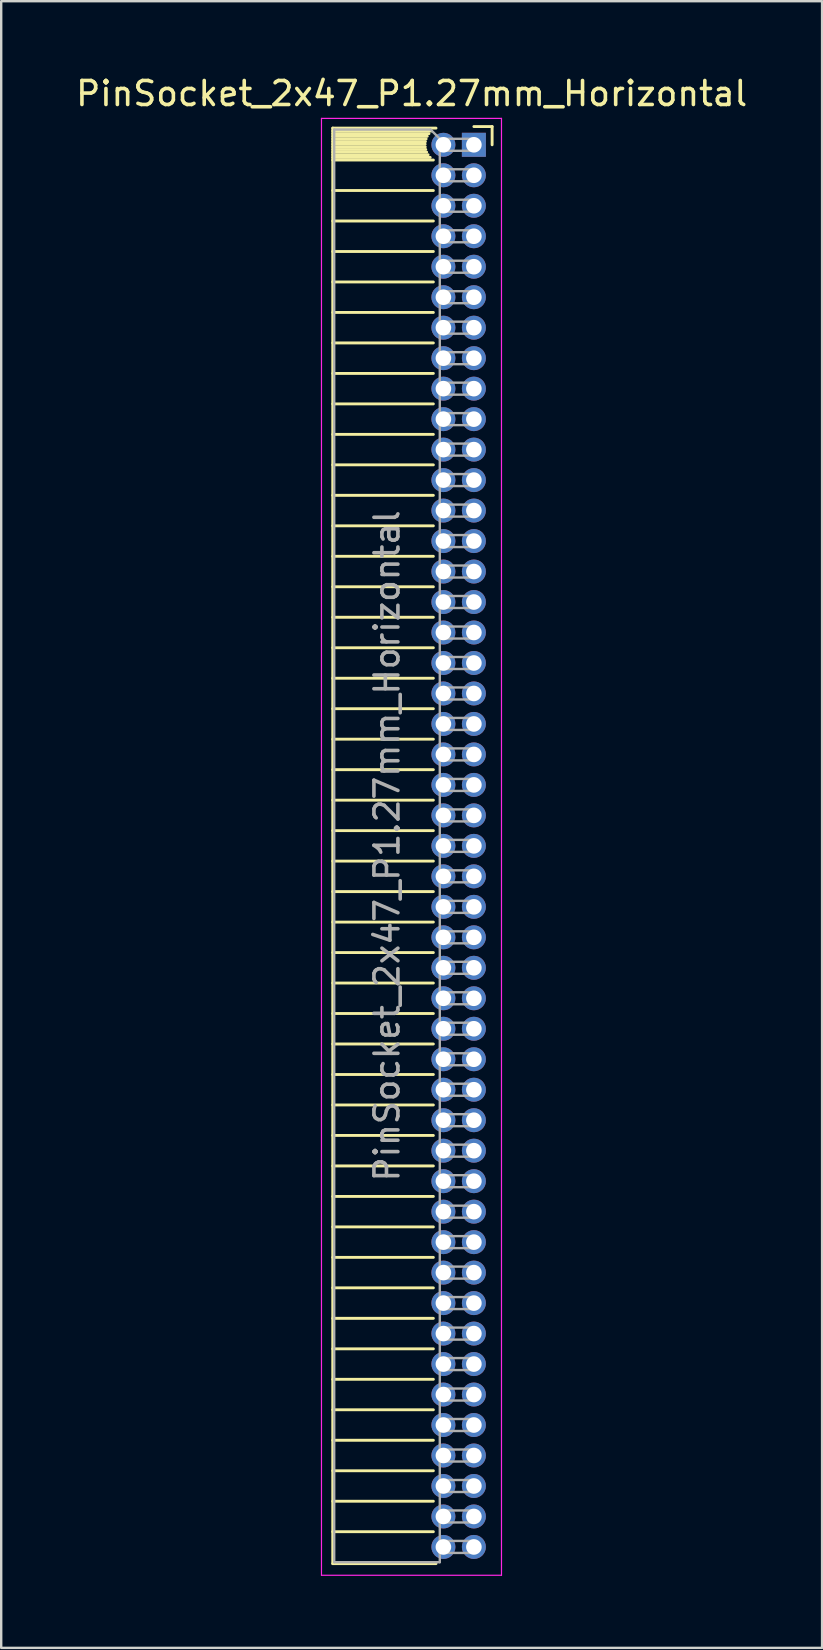
<source format=kicad_pcb>
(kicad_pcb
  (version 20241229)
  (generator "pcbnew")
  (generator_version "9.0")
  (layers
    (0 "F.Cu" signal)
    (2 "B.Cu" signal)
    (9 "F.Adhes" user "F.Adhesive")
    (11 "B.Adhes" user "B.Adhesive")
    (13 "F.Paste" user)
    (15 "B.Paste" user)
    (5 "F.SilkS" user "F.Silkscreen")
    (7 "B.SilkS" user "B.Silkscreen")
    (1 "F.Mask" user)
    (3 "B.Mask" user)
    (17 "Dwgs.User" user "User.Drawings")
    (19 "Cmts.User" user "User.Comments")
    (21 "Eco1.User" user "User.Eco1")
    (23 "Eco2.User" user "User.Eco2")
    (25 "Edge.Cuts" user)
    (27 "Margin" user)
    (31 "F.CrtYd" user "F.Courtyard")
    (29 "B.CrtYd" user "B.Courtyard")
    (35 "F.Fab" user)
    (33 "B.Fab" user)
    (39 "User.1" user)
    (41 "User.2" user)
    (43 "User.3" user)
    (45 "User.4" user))
  (footprint "PinSocket_2x47_P1.27mm_Horizontal"
    (layer "F.Cu")
    (at 16.694 2.983)
    (property "Reference" "PinSocket_2x47_P1.27mm_Horizontal" (at -2.592 -2.135 0) (layer "F.SilkS") (effects (font (size 1 1) (thickness 0.15))))
    (attr through_hole)
    (fp_line (start -5.88 -0.695) (end -5.88 59.115) (stroke (width 0.12) (type solid)) (layer "F.SilkS"))
    (fp_line (start -5.88 -0.695) (end -1.578 -0.695) (stroke (width 0.12) (type solid)) (layer "F.SilkS"))
    (fp_line (start -5.88 -0.575) (end -1.767 -0.575) (stroke (width 0.12) (type solid)) (layer "F.SilkS"))
    (fp_line (start -5.88 -0.465) (end -1.871 -0.465) (stroke (width 0.12) (type solid)) (layer "F.SilkS"))
    (fp_line (start -5.88 -0.355) (end -1.942 -0.355) (stroke (width 0.12) (type solid)) (layer "F.SilkS"))
    (fp_line (start -5.88 -0.245) (end -1.989 -0.245) (stroke (width 0.12) (type solid)) (layer "F.SilkS"))
    (fp_line (start -5.88 -0.135) (end -2.018 -0.135) (stroke (width 0.12) (type solid)) (layer "F.SilkS"))
    (fp_line (start -5.88 -0.025) (end -2.03 -0.025) (stroke (width 0.12) (type solid)) (layer "F.SilkS"))
    (fp_line (start -5.88 0.085) (end -2.025 0.085) (stroke (width 0.12) (type solid)) (layer "F.SilkS"))
    (fp_line (start -5.88 0.195) (end -2.005 0.195) (stroke (width 0.12) (type solid)) (layer "F.SilkS"))
    (fp_line (start -5.88 0.305) (end -1.966 0.305) (stroke (width 0.12) (type solid)) (layer "F.SilkS"))
    (fp_line (start -5.88 0.415) (end -1.907 0.415) (stroke (width 0.12) (type solid)) (layer "F.SilkS"))
    (fp_line (start -5.88 0.525) (end -1.82 0.525) (stroke (width 0.12) (type solid)) (layer "F.SilkS"))
    (fp_line (start -5.88 0.635) (end -1.688 0.635) (stroke (width 0.12) (type solid)) (layer "F.SilkS"))
    (fp_line (start -5.88 1.905) (end -1.688 1.905) (stroke (width 0.12) (type solid)) (layer "F.SilkS"))
    (fp_line (start -5.88 3.175) (end -1.688 3.175) (stroke (width 0.12) (type solid)) (layer "F.SilkS"))
    (fp_line (start -5.88 4.445) (end -1.688 4.445) (stroke (width 0.12) (type solid)) (layer "F.SilkS"))
    (fp_line (start -5.88 5.715) (end -1.688 5.715) (stroke (width 0.12) (type solid)) (layer "F.SilkS"))
    (fp_line (start -5.88 6.985) (end -1.688 6.985) (stroke (width 0.12) (type solid)) (layer "F.SilkS"))
    (fp_line (start -5.88 8.255) (end -1.688 8.255) (stroke (width 0.12) (type solid)) (layer "F.SilkS"))
    (fp_line (start -5.88 9.525) (end -1.688 9.525) (stroke (width 0.12) (type solid)) (layer "F.SilkS"))
    (fp_line (start -5.88 10.795) (end -1.688 10.795) (stroke (width 0.12) (type solid)) (layer "F.SilkS"))
    (fp_line (start -5.88 12.065) (end -1.688 12.065) (stroke (width 0.12) (type solid)) (layer "F.SilkS"))
    (fp_line (start -5.88 13.335) (end -1.688 13.335) (stroke (width 0.12) (type solid)) (layer "F.SilkS"))
    (fp_line (start -5.88 14.605) (end -1.688 14.605) (stroke (width 0.12) (type solid)) (layer "F.SilkS"))
    (fp_line (start -5.88 15.875) (end -1.688 15.875) (stroke (width 0.12) (type solid)) (layer "F.SilkS"))
    (fp_line (start -5.88 17.145) (end -1.688 17.145) (stroke (width 0.12) (type solid)) (layer "F.SilkS"))
    (fp_line (start -5.88 18.415) (end -1.688 18.415) (stroke (width 0.12) (type solid)) (layer "F.SilkS"))
    (fp_line (start -5.88 19.685) (end -1.688 19.685) (stroke (width 0.12) (type solid)) (layer "F.SilkS"))
    (fp_line (start -5.88 20.955) (end -1.688 20.955) (stroke (width 0.12) (type solid)) (layer "F.SilkS"))
    (fp_line (start -5.88 22.225) (end -1.688 22.225) (stroke (width 0.12) (type solid)) (layer "F.SilkS"))
    (fp_line (start -5.88 23.495) (end -1.688 23.495) (stroke (width 0.12) (type solid)) (layer "F.SilkS"))
    (fp_line (start -5.88 24.765) (end -1.688 24.765) (stroke (width 0.12) (type solid)) (layer "F.SilkS"))
    (fp_line (start -5.88 26.035) (end -1.688 26.035) (stroke (width 0.12) (type solid)) (layer "F.SilkS"))
    (fp_line (start -5.88 27.305) (end -1.688 27.305) (stroke (width 0.12) (type solid)) (layer "F.SilkS"))
    (fp_line (start -5.88 28.575) (end -1.688 28.575) (stroke (width 0.12) (type solid)) (layer "F.SilkS"))
    (fp_line (start -5.88 29.845) (end -1.688 29.845) (stroke (width 0.12) (type solid)) (layer "F.SilkS"))
    (fp_line (start -5.88 31.115) (end -1.688 31.115) (stroke (width 0.12) (type solid)) (layer "F.SilkS"))
    (fp_line (start -5.88 32.385) (end -1.688 32.385) (stroke (width 0.12) (type solid)) (layer "F.SilkS"))
    (fp_line (start -5.88 33.655) (end -1.688 33.655) (stroke (width 0.12) (type solid)) (layer "F.SilkS"))
    (fp_line (start -5.88 34.925) (end -1.688 34.925) (stroke (width 0.12) (type solid)) (layer "F.SilkS"))
    (fp_line (start -5.88 36.195) (end -1.688 36.195) (stroke (width 0.12) (type solid)) (layer "F.SilkS"))
    (fp_line (start -5.88 37.465) (end -1.688 37.465) (stroke (width 0.12) (type solid)) (layer "F.SilkS"))
    (fp_line (start -5.88 38.735) (end -1.688 38.735) (stroke (width 0.12) (type solid)) (layer "F.SilkS"))
    (fp_line (start -5.88 40.005) (end -1.688 40.005) (stroke (width 0.12) (type solid)) (layer "F.SilkS"))
    (fp_line (start -5.88 41.275) (end -1.688 41.275) (stroke (width 0.12) (type solid)) (layer "F.SilkS"))
    (fp_line (start -5.88 42.545) (end -1.688 42.545) (stroke (width 0.12) (type solid)) (layer "F.SilkS"))
    (fp_line (start -5.88 43.815) (end -1.688 43.815) (stroke (width 0.12) (type solid)) (layer "F.SilkS"))
    (fp_line (start -5.88 45.085) (end -1.688 45.085) (stroke (width 0.12) (type solid)) (layer "F.SilkS"))
    (fp_line (start -5.88 46.355) (end -1.688 46.355) (stroke (width 0.12) (type solid)) (layer "F.SilkS"))
    (fp_line (start -5.88 47.625) (end -1.688 47.625) (stroke (width 0.12) (type solid)) (layer "F.SilkS"))
    (fp_line (start -5.88 48.895) (end -1.688 48.895) (stroke (width 0.12) (type solid)) (layer "F.SilkS"))
    (fp_line (start -5.88 50.165) (end -1.688 50.165) (stroke (width 0.12) (type solid)) (layer "F.SilkS"))
    (fp_line (start -5.88 51.435) (end -1.688 51.435) (stroke (width 0.12) (type solid)) (layer "F.SilkS"))
    (fp_line (start -5.88 52.705) (end -1.688 52.705) (stroke (width 0.12) (type solid)) (layer "F.SilkS"))
    (fp_line (start -5.88 53.975) (end -1.688 53.975) (stroke (width 0.12) (type solid)) (layer "F.SilkS"))
    (fp_line (start -5.88 55.245) (end -1.688 55.245) (stroke (width 0.12) (type solid)) (layer "F.SilkS"))
    (fp_line (start -5.88 56.515) (end -1.688 56.515) (stroke (width 0.12) (type solid)) (layer "F.SilkS"))
    (fp_line (start -5.88 57.785) (end -1.688 57.785) (stroke (width 0.12) (type solid)) (layer "F.SilkS"))
    (fp_line (start -5.88 59.115) (end -1.578 59.115) (stroke (width 0.12) (type solid)) (layer "F.SilkS"))
    (fp_line (start 0 -0.76) (end 0.76 -0.76) (stroke (width 0.12) (type solid)) (layer "F.SilkS"))
    (fp_line (start 0.76 -0.76) (end 0.76 0) (stroke (width 0.12) (type solid)) (layer "F.SilkS"))
    (fp_line (start -6.35 -1.1) (end -6.35 59.6) (stroke (width 0.05) (type solid)) (layer "F.CrtYd"))
    (fp_line (start -6.35 59.6) (end 1.15 59.6) (stroke (width 0.05) (type solid)) (layer "F.CrtYd"))
    (fp_line (start 1.15 -1.1) (end -6.35 -1.1) (stroke (width 0.05) (type solid)) (layer "F.CrtYd"))
    (fp_line (start 1.15 59.6) (end 1.15 -1.1) (stroke (width 0.05) (type solid)) (layer "F.CrtYd"))
    (fp_line (start -5.82 -0.635) (end -1.805 -0.635) (stroke (width 0.1) (type solid)) (layer "F.Fab"))
    (fp_line (start -5.82 59.055) (end -5.82 -0.635) (stroke (width 0.1) (type solid)) (layer "F.Fab"))
    (fp_line (start -1.805 -0.635) (end -1.42 -0.25) (stroke (width 0.1) (type solid)) (layer "F.Fab"))
    (fp_line (start -1.42 -0.25) (end -1.42 59.055) (stroke (width 0.1) (type solid)) (layer "F.Fab"))
    (fp_line (start -1.42 0.25) (end 0 0.25) (stroke (width 0.1) (type solid)) (layer "F.Fab"))
    (fp_line (start -1.42 1.52) (end 0 1.52) (stroke (width 0.1) (type solid)) (layer "F.Fab"))
    (fp_line (start -1.42 2.79) (end 0 2.79) (stroke (width 0.1) (type solid)) (layer "F.Fab"))
    (fp_line (start -1.42 4.06) (end 0 4.06) (stroke (width 0.1) (type solid)) (layer "F.Fab"))
    (fp_line (start -1.42 5.33) (end 0 5.33) (stroke (width 0.1) (type solid)) (layer "F.Fab"))
    (fp_line (start -1.42 6.6) (end 0 6.6) (stroke (width 0.1) (type solid)) (layer "F.Fab"))
    (fp_line (start -1.42 7.87) (end 0 7.87) (stroke (width 0.1) (type solid)) (layer "F.Fab"))
    (fp_line (start -1.42 9.14) (end 0 9.14) (stroke (width 0.1) (type solid)) (layer "F.Fab"))
    (fp_line (start -1.42 10.41) (end 0 10.41) (stroke (width 0.1) (type solid)) (layer "F.Fab"))
    (fp_line (start -1.42 11.68) (end 0 11.68) (stroke (width 0.1) (type solid)) (layer "F.Fab"))
    (fp_line (start -1.42 12.95) (end 0 12.95) (stroke (width 0.1) (type solid)) (layer "F.Fab"))
    (fp_line (start -1.42 14.22) (end 0 14.22) (stroke (width 0.1) (type solid)) (layer "F.Fab"))
    (fp_line (start -1.42 15.49) (end 0 15.49) (stroke (width 0.1) (type solid)) (layer "F.Fab"))
    (fp_line (start -1.42 16.76) (end 0 16.76) (stroke (width 0.1) (type solid)) (layer "F.Fab"))
    (fp_line (start -1.42 18.03) (end 0 18.03) (stroke (width 0.1) (type solid)) (layer "F.Fab"))
    (fp_line (start -1.42 19.3) (end 0 19.3) (stroke (width 0.1) (type solid)) (layer "F.Fab"))
    (fp_line (start -1.42 20.57) (end 0 20.57) (stroke (width 0.1) (type solid)) (layer "F.Fab"))
    (fp_line (start -1.42 21.84) (end 0 21.84) (stroke (width 0.1) (type solid)) (layer "F.Fab"))
    (fp_line (start -1.42 23.11) (end 0 23.11) (stroke (width 0.1) (type solid)) (layer "F.Fab"))
    (fp_line (start -1.42 24.38) (end 0 24.38) (stroke (width 0.1) (type solid)) (layer "F.Fab"))
    (fp_line (start -1.42 25.65) (end 0 25.65) (stroke (width 0.1) (type solid)) (layer "F.Fab"))
    (fp_line (start -1.42 26.92) (end 0 26.92) (stroke (width 0.1) (type solid)) (layer "F.Fab"))
    (fp_line (start -1.42 28.19) (end 0 28.19) (stroke (width 0.1) (type solid)) (layer "F.Fab"))
    (fp_line (start -1.42 29.46) (end 0 29.46) (stroke (width 0.1) (type solid)) (layer "F.Fab"))
    (fp_line (start -1.42 30.73) (end 0 30.73) (stroke (width 0.1) (type solid)) (layer "F.Fab"))
    (fp_line (start -1.42 32) (end 0 32) (stroke (width 0.1) (type solid)) (layer "F.Fab"))
    (fp_line (start -1.42 33.27) (end 0 33.27) (stroke (width 0.1) (type solid)) (layer "F.Fab"))
    (fp_line (start -1.42 34.54) (end 0 34.54) (stroke (width 0.1) (type solid)) (layer "F.Fab"))
    (fp_line (start -1.42 35.81) (end 0 35.81) (stroke (width 0.1) (type solid)) (layer "F.Fab"))
    (fp_line (start -1.42 37.08) (end 0 37.08) (stroke (width 0.1) (type solid)) (layer "F.Fab"))
    (fp_line (start -1.42 38.35) (end 0 38.35) (stroke (width 0.1) (type solid)) (layer "F.Fab"))
    (fp_line (start -1.42 39.62) (end 0 39.62) (stroke (width 0.1) (type solid)) (layer "F.Fab"))
    (fp_line (start -1.42 40.89) (end 0 40.89) (stroke (width 0.1) (type solid)) (layer "F.Fab"))
    (fp_line (start -1.42 42.16) (end 0 42.16) (stroke (width 0.1) (type solid)) (layer "F.Fab"))
    (fp_line (start -1.42 43.43) (end 0 43.43) (stroke (width 0.1) (type solid)) (layer "F.Fab"))
    (fp_line (start -1.42 44.7) (end 0 44.7) (stroke (width 0.1) (type solid)) (layer "F.Fab"))
    (fp_line (start -1.42 45.97) (end 0 45.97) (stroke (width 0.1) (type solid)) (layer "F.Fab"))
    (fp_line (start -1.42 47.24) (end 0 47.24) (stroke (width 0.1) (type solid)) (layer "F.Fab"))
    (fp_line (start -1.42 48.51) (end 0 48.51) (stroke (width 0.1) (type solid)) (layer "F.Fab"))
    (fp_line (start -1.42 49.78) (end 0 49.78) (stroke (width 0.1) (type solid)) (layer "F.Fab"))
    (fp_line (start -1.42 51.05) (end 0 51.05) (stroke (width 0.1) (type solid)) (layer "F.Fab"))
    (fp_line (start -1.42 52.32) (end 0 52.32) (stroke (width 0.1) (type solid)) (layer "F.Fab"))
    (fp_line (start -1.42 53.59) (end 0 53.59) (stroke (width 0.1) (type solid)) (layer "F.Fab"))
    (fp_line (start -1.42 54.86) (end 0 54.86) (stroke (width 0.1) (type solid)) (layer "F.Fab"))
    (fp_line (start -1.42 56.13) (end 0 56.13) (stroke (width 0.1) (type solid)) (layer "F.Fab"))
    (fp_line (start -1.42 57.4) (end 0 57.4) (stroke (width 0.1) (type solid)) (layer "F.Fab"))
    (fp_line (start -1.42 58.67) (end 0 58.67) (stroke (width 0.1) (type solid)) (layer "F.Fab"))
    (fp_line (start -1.42 59.055) (end -5.82 59.055) (stroke (width 0.1) (type solid)) (layer "F.Fab"))
    (fp_line (start 0 -0.25) (end -1.42 -0.25) (stroke (width 0.1) (type solid)) (layer "F.Fab"))
    (fp_line (start 0 0.25) (end 0 -0.25) (stroke (width 0.1) (type solid)) (layer "F.Fab"))
    (fp_line (start 0 1.02) (end -1.42 1.02) (stroke (width 0.1) (type solid)) (layer "F.Fab"))
    (fp_line (start 0 1.52) (end 0 1.02) (stroke (width 0.1) (type solid)) (layer "F.Fab"))
    (fp_line (start 0 2.29) (end -1.42 2.29) (stroke (width 0.1) (type solid)) (layer "F.Fab"))
    (fp_line (start 0 2.79) (end 0 2.29) (stroke (width 0.1) (type solid)) (layer "F.Fab"))
    (fp_line (start 0 3.56) (end -1.42 3.56) (stroke (width 0.1) (type solid)) (layer "F.Fab"))
    (fp_line (start 0 4.06) (end 0 3.56) (stroke (width 0.1) (type solid)) (layer "F.Fab"))
    (fp_line (start 0 4.83) (end -1.42 4.83) (stroke (width 0.1) (type solid)) (layer "F.Fab"))
    (fp_line (start 0 5.33) (end 0 4.83) (stroke (width 0.1) (type solid)) (layer "F.Fab"))
    (fp_line (start 0 6.1) (end -1.42 6.1) (stroke (width 0.1) (type solid)) (layer "F.Fab"))
    (fp_line (start 0 6.6) (end 0 6.1) (stroke (width 0.1) (type solid)) (layer "F.Fab"))
    (fp_line (start 0 7.37) (end -1.42 7.37) (stroke (width 0.1) (type solid)) (layer "F.Fab"))
    (fp_line (start 0 7.87) (end 0 7.37) (stroke (width 0.1) (type solid)) (layer "F.Fab"))
    (fp_line (start 0 8.64) (end -1.42 8.64) (stroke (width 0.1) (type solid)) (layer "F.Fab"))
    (fp_line (start 0 9.14) (end 0 8.64) (stroke (width 0.1) (type solid)) (layer "F.Fab"))
    (fp_line (start 0 9.91) (end -1.42 9.91) (stroke (width 0.1) (type solid)) (layer "F.Fab"))
    (fp_line (start 0 10.41) (end 0 9.91) (stroke (width 0.1) (type solid)) (layer "F.Fab"))
    (fp_line (start 0 11.18) (end -1.42 11.18) (stroke (width 0.1) (type solid)) (layer "F.Fab"))
    (fp_line (start 0 11.68) (end 0 11.18) (stroke (width 0.1) (type solid)) (layer "F.Fab"))
    (fp_line (start 0 12.45) (end -1.42 12.45) (stroke (width 0.1) (type solid)) (layer "F.Fab"))
    (fp_line (start 0 12.95) (end 0 12.45) (stroke (width 0.1) (type solid)) (layer "F.Fab"))
    (fp_line (start 0 13.72) (end -1.42 13.72) (stroke (width 0.1) (type solid)) (layer "F.Fab"))
    (fp_line (start 0 14.22) (end 0 13.72) (stroke (width 0.1) (type solid)) (layer "F.Fab"))
    (fp_line (start 0 14.99) (end -1.42 14.99) (stroke (width 0.1) (type solid)) (layer "F.Fab"))
    (fp_line (start 0 15.49) (end 0 14.99) (stroke (width 0.1) (type solid)) (layer "F.Fab"))
    (fp_line (start 0 16.26) (end -1.42 16.26) (stroke (width 0.1) (type solid)) (layer "F.Fab"))
    (fp_line (start 0 16.76) (end 0 16.26) (stroke (width 0.1) (type solid)) (layer "F.Fab"))
    (fp_line (start 0 17.53) (end -1.42 17.53) (stroke (width 0.1) (type solid)) (layer "F.Fab"))
    (fp_line (start 0 18.03) (end 0 17.53) (stroke (width 0.1) (type solid)) (layer "F.Fab"))
    (fp_line (start 0 18.8) (end -1.42 18.8) (stroke (width 0.1) (type solid)) (layer "F.Fab"))
    (fp_line (start 0 19.3) (end 0 18.8) (stroke (width 0.1) (type solid)) (layer "F.Fab"))
    (fp_line (start 0 20.07) (end -1.42 20.07) (stroke (width 0.1) (type solid)) (layer "F.Fab"))
    (fp_line (start 0 20.57) (end 0 20.07) (stroke (width 0.1) (type solid)) (layer "F.Fab"))
    (fp_line (start 0 21.34) (end -1.42 21.34) (stroke (width 0.1) (type solid)) (layer "F.Fab"))
    (fp_line (start 0 21.84) (end 0 21.34) (stroke (width 0.1) (type solid)) (layer "F.Fab"))
    (fp_line (start 0 22.61) (end -1.42 22.61) (stroke (width 0.1) (type solid)) (layer "F.Fab"))
    (fp_line (start 0 23.11) (end 0 22.61) (stroke (width 0.1) (type solid)) (layer "F.Fab"))
    (fp_line (start 0 23.88) (end -1.42 23.88) (stroke (width 0.1) (type solid)) (layer "F.Fab"))
    (fp_line (start 0 24.38) (end 0 23.88) (stroke (width 0.1) (type solid)) (layer "F.Fab"))
    (fp_line (start 0 25.15) (end -1.42 25.15) (stroke (width 0.1) (type solid)) (layer "F.Fab"))
    (fp_line (start 0 25.65) (end 0 25.15) (stroke (width 0.1) (type solid)) (layer "F.Fab"))
    (fp_line (start 0 26.42) (end -1.42 26.42) (stroke (width 0.1) (type solid)) (layer "F.Fab"))
    (fp_line (start 0 26.92) (end 0 26.42) (stroke (width 0.1) (type solid)) (layer "F.Fab"))
    (fp_line (start 0 27.69) (end -1.42 27.69) (stroke (width 0.1) (type solid)) (layer "F.Fab"))
    (fp_line (start 0 28.19) (end 0 27.69) (stroke (width 0.1) (type solid)) (layer "F.Fab"))
    (fp_line (start 0 28.96) (end -1.42 28.96) (stroke (width 0.1) (type solid)) (layer "F.Fab"))
    (fp_line (start 0 29.46) (end 0 28.96) (stroke (width 0.1) (type solid)) (layer "F.Fab"))
    (fp_line (start 0 30.23) (end -1.42 30.23) (stroke (width 0.1) (type solid)) (layer "F.Fab"))
    (fp_line (start 0 30.73) (end 0 30.23) (stroke (width 0.1) (type solid)) (layer "F.Fab"))
    (fp_line (start 0 31.5) (end -1.42 31.5) (stroke (width 0.1) (type solid)) (layer "F.Fab"))
    (fp_line (start 0 32) (end 0 31.5) (stroke (width 0.1) (type solid)) (layer "F.Fab"))
    (fp_line (start 0 32.77) (end -1.42 32.77) (stroke (width 0.1) (type solid)) (layer "F.Fab"))
    (fp_line (start 0 33.27) (end 0 32.77) (stroke (width 0.1) (type solid)) (layer "F.Fab"))
    (fp_line (start 0 34.04) (end -1.42 34.04) (stroke (width 0.1) (type solid)) (layer "F.Fab"))
    (fp_line (start 0 34.54) (end 0 34.04) (stroke (width 0.1) (type solid)) (layer "F.Fab"))
    (fp_line (start 0 35.31) (end -1.42 35.31) (stroke (width 0.1) (type solid)) (layer "F.Fab"))
    (fp_line (start 0 35.81) (end 0 35.31) (stroke (width 0.1) (type solid)) (layer "F.Fab"))
    (fp_line (start 0 36.58) (end -1.42 36.58) (stroke (width 0.1) (type solid)) (layer "F.Fab"))
    (fp_line (start 0 37.08) (end 0 36.58) (stroke (width 0.1) (type solid)) (layer "F.Fab"))
    (fp_line (start 0 37.85) (end -1.42 37.85) (stroke (width 0.1) (type solid)) (layer "F.Fab"))
    (fp_line (start 0 38.35) (end 0 37.85) (stroke (width 0.1) (type solid)) (layer "F.Fab"))
    (fp_line (start 0 39.12) (end -1.42 39.12) (stroke (width 0.1) (type solid)) (layer "F.Fab"))
    (fp_line (start 0 39.62) (end 0 39.12) (stroke (width 0.1) (type solid)) (layer "F.Fab"))
    (fp_line (start 0 40.39) (end -1.42 40.39) (stroke (width 0.1) (type solid)) (layer "F.Fab"))
    (fp_line (start 0 40.89) (end 0 40.39) (stroke (width 0.1) (type solid)) (layer "F.Fab"))
    (fp_line (start 0 41.66) (end -1.42 41.66) (stroke (width 0.1) (type solid)) (layer "F.Fab"))
    (fp_line (start 0 42.16) (end 0 41.66) (stroke (width 0.1) (type solid)) (layer "F.Fab"))
    (fp_line (start 0 42.93) (end -1.42 42.93) (stroke (width 0.1) (type solid)) (layer "F.Fab"))
    (fp_line (start 0 43.43) (end 0 42.93) (stroke (width 0.1) (type solid)) (layer "F.Fab"))
    (fp_line (start 0 44.2) (end -1.42 44.2) (stroke (width 0.1) (type solid)) (layer "F.Fab"))
    (fp_line (start 0 44.7) (end 0 44.2) (stroke (width 0.1) (type solid)) (layer "F.Fab"))
    (fp_line (start 0 45.47) (end -1.42 45.47) (stroke (width 0.1) (type solid)) (layer "F.Fab"))
    (fp_line (start 0 45.97) (end 0 45.47) (stroke (width 0.1) (type solid)) (layer "F.Fab"))
    (fp_line (start 0 46.74) (end -1.42 46.74) (stroke (width 0.1) (type solid)) (layer "F.Fab"))
    (fp_line (start 0 47.24) (end 0 46.74) (stroke (width 0.1) (type solid)) (layer "F.Fab"))
    (fp_line (start 0 48.01) (end -1.42 48.01) (stroke (width 0.1) (type solid)) (layer "F.Fab"))
    (fp_line (start 0 48.51) (end 0 48.01) (stroke (width 0.1) (type solid)) (layer "F.Fab"))
    (fp_line (start 0 49.28) (end -1.42 49.28) (stroke (width 0.1) (type solid)) (layer "F.Fab"))
    (fp_line (start 0 49.78) (end 0 49.28) (stroke (width 0.1) (type solid)) (layer "F.Fab"))
    (fp_line (start 0 50.55) (end -1.42 50.55) (stroke (width 0.1) (type solid)) (layer "F.Fab"))
    (fp_line (start 0 51.05) (end 0 50.55) (stroke (width 0.1) (type solid)) (layer "F.Fab"))
    (fp_line (start 0 51.82) (end -1.42 51.82) (stroke (width 0.1) (type solid)) (layer "F.Fab"))
    (fp_line (start 0 52.32) (end 0 51.82) (stroke (width 0.1) (type solid)) (layer "F.Fab"))
    (fp_line (start 0 53.09) (end -1.42 53.09) (stroke (width 0.1) (type solid)) (layer "F.Fab"))
    (fp_line (start 0 53.59) (end 0 53.09) (stroke (width 0.1) (type solid)) (layer "F.Fab"))
    (fp_line (start 0 54.36) (end -1.42 54.36) (stroke (width 0.1) (type solid)) (layer "F.Fab"))
    (fp_line (start 0 54.86) (end 0 54.36) (stroke (width 0.1) (type solid)) (layer "F.Fab"))
    (fp_line (start 0 55.63) (end -1.42 55.63) (stroke (width 0.1) (type solid)) (layer "F.Fab"))
    (fp_line (start 0 56.13) (end 0 55.63) (stroke (width 0.1) (type solid)) (layer "F.Fab"))
    (fp_line (start 0 56.9) (end -1.42 56.9) (stroke (width 0.1) (type solid)) (layer "F.Fab"))
    (fp_line (start 0 57.4) (end 0 56.9) (stroke (width 0.1) (type solid)) (layer "F.Fab"))
    (fp_line (start 0 58.17) (end -1.42 58.17) (stroke (width 0.1) (type solid)) (layer "F.Fab"))
    (fp_line (start 0 58.67) (end 0 58.17) (stroke (width 0.1) (type solid)) (layer "F.Fab"))
    (fp_text user "${REFERENCE}" (at -3.62 29.21 90) (layer "F.Fab") (effects (font (size 1 1) (thickness 0.15))))
    (pad "1" thru_hole rect (at 0 0) (size 1 1) (drill 0.65) (layers "*.Cu" "*.Mask"))
    (pad "2" thru_hole oval (at -1.27 0) (size 1 1) (drill 0.65) (layers "*.Cu" "*.Mask"))
    (pad "3" thru_hole oval (at 0 1.27) (size 1 1) (drill 0.65) (layers "*.Cu" "*.Mask"))
    (pad "4" thru_hole oval (at -1.27 1.27) (size 1 1) (drill 0.65) (layers "*.Cu" "*.Mask"))
    (pad "5" thru_hole oval (at 0 2.54) (size 1 1) (drill 0.65) (layers "*.Cu" "*.Mask"))
    (pad "6" thru_hole oval (at -1.27 2.54) (size 1 1) (drill 0.65) (layers "*.Cu" "*.Mask"))
    (pad "7" thru_hole oval (at 0 3.81) (size 1 1) (drill 0.65) (layers "*.Cu" "*.Mask"))
    (pad "8" thru_hole oval (at -1.27 3.81) (size 1 1) (drill 0.65) (layers "*.Cu" "*.Mask"))
    (pad "9" thru_hole oval (at 0 5.08) (size 1 1) (drill 0.65) (layers "*.Cu" "*.Mask"))
    (pad "10" thru_hole oval (at -1.27 5.08) (size 1 1) (drill 0.65) (layers "*.Cu" "*.Mask"))
    (pad "11" thru_hole oval (at 0 6.35) (size 1 1) (drill 0.65) (layers "*.Cu" "*.Mask"))
    (pad "12" thru_hole oval (at -1.27 6.35) (size 1 1) (drill 0.65) (layers "*.Cu" "*.Mask"))
    (pad "13" thru_hole oval (at 0 7.62) (size 1 1) (drill 0.65) (layers "*.Cu" "*.Mask"))
    (pad "14" thru_hole oval (at -1.27 7.62) (size 1 1) (drill 0.65) (layers "*.Cu" "*.Mask"))
    (pad "15" thru_hole oval (at 0 8.89) (size 1 1) (drill 0.65) (layers "*.Cu" "*.Mask"))
    (pad "16" thru_hole oval (at -1.27 8.89) (size 1 1) (drill 0.65) (layers "*.Cu" "*.Mask"))
    (pad "17" thru_hole oval (at 0 10.16) (size 1 1) (drill 0.65) (layers "*.Cu" "*.Mask"))
    (pad "18" thru_hole oval (at -1.27 10.16) (size 1 1) (drill 0.65) (layers "*.Cu" "*.Mask"))
    (pad "19" thru_hole oval (at 0 11.43) (size 1 1) (drill 0.65) (layers "*.Cu" "*.Mask"))
    (pad "20" thru_hole oval (at -1.27 11.43) (size 1 1) (drill 0.65) (layers "*.Cu" "*.Mask"))
    (pad "21" thru_hole oval (at 0 12.7) (size 1 1) (drill 0.65) (layers "*.Cu" "*.Mask"))
    (pad "22" thru_hole oval (at -1.27 12.7) (size 1 1) (drill 0.65) (layers "*.Cu" "*.Mask"))
    (pad "23" thru_hole oval (at 0 13.97) (size 1 1) (drill 0.65) (layers "*.Cu" "*.Mask"))
    (pad "24" thru_hole oval (at -1.27 13.97) (size 1 1) (drill 0.65) (layers "*.Cu" "*.Mask"))
    (pad "25" thru_hole oval (at 0 15.24) (size 1 1) (drill 0.65) (layers "*.Cu" "*.Mask"))
    (pad "26" thru_hole oval (at -1.27 15.24) (size 1 1) (drill 0.65) (layers "*.Cu" "*.Mask"))
    (pad "27" thru_hole oval (at 0 16.51) (size 1 1) (drill 0.65) (layers "*.Cu" "*.Mask"))
    (pad "28" thru_hole oval (at -1.27 16.51) (size 1 1) (drill 0.65) (layers "*.Cu" "*.Mask"))
    (pad "29" thru_hole oval (at 0 17.78) (size 1 1) (drill 0.65) (layers "*.Cu" "*.Mask"))
    (pad "30" thru_hole oval (at -1.27 17.78) (size 1 1) (drill 0.65) (layers "*.Cu" "*.Mask"))
    (pad "31" thru_hole oval (at 0 19.05) (size 1 1) (drill 0.65) (layers "*.Cu" "*.Mask"))
    (pad "32" thru_hole oval (at -1.27 19.05) (size 1 1) (drill 0.65) (layers "*.Cu" "*.Mask"))
    (pad "33" thru_hole oval (at 0 20.32) (size 1 1) (drill 0.65) (layers "*.Cu" "*.Mask"))
    (pad "34" thru_hole oval (at -1.27 20.32) (size 1 1) (drill 0.65) (layers "*.Cu" "*.Mask"))
    (pad "35" thru_hole oval (at 0 21.59) (size 1 1) (drill 0.65) (layers "*.Cu" "*.Mask"))
    (pad "36" thru_hole oval (at -1.27 21.59) (size 1 1) (drill 0.65) (layers "*.Cu" "*.Mask"))
    (pad "37" thru_hole oval (at 0 22.86) (size 1 1) (drill 0.65) (layers "*.Cu" "*.Mask"))
    (pad "38" thru_hole oval (at -1.27 22.86) (size 1 1) (drill 0.65) (layers "*.Cu" "*.Mask"))
    (pad "39" thru_hole oval (at 0 24.13) (size 1 1) (drill 0.65) (layers "*.Cu" "*.Mask"))
    (pad "40" thru_hole oval (at -1.27 24.13) (size 1 1) (drill 0.65) (layers "*.Cu" "*.Mask"))
    (pad "41" thru_hole oval (at 0 25.4) (size 1 1) (drill 0.65) (layers "*.Cu" "*.Mask"))
    (pad "42" thru_hole oval (at -1.27 25.4) (size 1 1) (drill 0.65) (layers "*.Cu" "*.Mask"))
    (pad "43" thru_hole oval (at 0 26.67) (size 1 1) (drill 0.65) (layers "*.Cu" "*.Mask"))
    (pad "44" thru_hole oval (at -1.27 26.67) (size 1 1) (drill 0.65) (layers "*.Cu" "*.Mask"))
    (pad "45" thru_hole oval (at 0 27.94) (size 1 1) (drill 0.65) (layers "*.Cu" "*.Mask"))
    (pad "46" thru_hole oval (at -1.27 27.94) (size 1 1) (drill 0.65) (layers "*.Cu" "*.Mask"))
    (pad "47" thru_hole oval (at 0 29.21) (size 1 1) (drill 0.65) (layers "*.Cu" "*.Mask"))
    (pad "48" thru_hole oval (at -1.27 29.21) (size 1 1) (drill 0.65) (layers "*.Cu" "*.Mask"))
    (pad "49" thru_hole oval (at 0 30.48) (size 1 1) (drill 0.65) (layers "*.Cu" "*.Mask"))
    (pad "50" thru_hole oval (at -1.27 30.48) (size 1 1) (drill 0.65) (layers "*.Cu" "*.Mask"))
    (pad "51" thru_hole oval (at 0 31.75) (size 1 1) (drill 0.65) (layers "*.Cu" "*.Mask"))
    (pad "52" thru_hole oval (at -1.27 31.75) (size 1 1) (drill 0.65) (layers "*.Cu" "*.Mask"))
    (pad "53" thru_hole oval (at 0 33.02) (size 1 1) (drill 0.65) (layers "*.Cu" "*.Mask"))
    (pad "54" thru_hole oval (at -1.27 33.02) (size 1 1) (drill 0.65) (layers "*.Cu" "*.Mask"))
    (pad "55" thru_hole oval (at 0 34.29) (size 1 1) (drill 0.65) (layers "*.Cu" "*.Mask"))
    (pad "56" thru_hole oval (at -1.27 34.29) (size 1 1) (drill 0.65) (layers "*.Cu" "*.Mask"))
    (pad "57" thru_hole oval (at 0 35.56) (size 1 1) (drill 0.65) (layers "*.Cu" "*.Mask"))
    (pad "58" thru_hole oval (at -1.27 35.56) (size 1 1) (drill 0.65) (layers "*.Cu" "*.Mask"))
    (pad "59" thru_hole oval (at 0 36.83) (size 1 1) (drill 0.65) (layers "*.Cu" "*.Mask"))
    (pad "60" thru_hole oval (at -1.27 36.83) (size 1 1) (drill 0.65) (layers "*.Cu" "*.Mask"))
    (pad "61" thru_hole oval (at 0 38.1) (size 1 1) (drill 0.65) (layers "*.Cu" "*.Mask"))
    (pad "62" thru_hole oval (at -1.27 38.1) (size 1 1) (drill 0.65) (layers "*.Cu" "*.Mask"))
    (pad "63" thru_hole oval (at 0 39.37) (size 1 1) (drill 0.65) (layers "*.Cu" "*.Mask"))
    (pad "64" thru_hole oval (at -1.27 39.37) (size 1 1) (drill 0.65) (layers "*.Cu" "*.Mask"))
    (pad "65" thru_hole oval (at 0 40.64) (size 1 1) (drill 0.65) (layers "*.Cu" "*.Mask"))
    (pad "66" thru_hole oval (at -1.27 40.64) (size 1 1) (drill 0.65) (layers "*.Cu" "*.Mask"))
    (pad "67" thru_hole oval (at 0 41.91) (size 1 1) (drill 0.65) (layers "*.Cu" "*.Mask"))
    (pad "68" thru_hole oval (at -1.27 41.91) (size 1 1) (drill 0.65) (layers "*.Cu" "*.Mask"))
    (pad "69" thru_hole oval (at 0 43.18) (size 1 1) (drill 0.65) (layers "*.Cu" "*.Mask"))
    (pad "70" thru_hole oval (at -1.27 43.18) (size 1 1) (drill 0.65) (layers "*.Cu" "*.Mask"))
    (pad "71" thru_hole oval (at 0 44.45) (size 1 1) (drill 0.65) (layers "*.Cu" "*.Mask"))
    (pad "72" thru_hole oval (at -1.27 44.45) (size 1 1) (drill 0.65) (layers "*.Cu" "*.Mask"))
    (pad "73" thru_hole oval (at 0 45.72) (size 1 1) (drill 0.65) (layers "*.Cu" "*.Mask"))
    (pad "74" thru_hole oval (at -1.27 45.72) (size 1 1) (drill 0.65) (layers "*.Cu" "*.Mask"))
    (pad "75" thru_hole oval (at 0 46.99) (size 1 1) (drill 0.65) (layers "*.Cu" "*.Mask"))
    (pad "76" thru_hole oval (at -1.27 46.99) (size 1 1) (drill 0.65) (layers "*.Cu" "*.Mask"))
    (pad "77" thru_hole oval (at 0 48.26) (size 1 1) (drill 0.65) (layers "*.Cu" "*.Mask"))
    (pad "78" thru_hole oval (at -1.27 48.26) (size 1 1) (drill 0.65) (layers "*.Cu" "*.Mask"))
    (pad "79" thru_hole oval (at 0 49.53) (size 1 1) (drill 0.65) (layers "*.Cu" "*.Mask"))
    (pad "80" thru_hole oval (at -1.27 49.53) (size 1 1) (drill 0.65) (layers "*.Cu" "*.Mask"))
    (pad "81" thru_hole oval (at 0 50.8) (size 1 1) (drill 0.65) (layers "*.Cu" "*.Mask"))
    (pad "82" thru_hole oval (at -1.27 50.8) (size 1 1) (drill 0.65) (layers "*.Cu" "*.Mask"))
    (pad "83" thru_hole oval (at 0 52.07) (size 1 1) (drill 0.65) (layers "*.Cu" "*.Mask"))
    (pad "84" thru_hole oval (at -1.27 52.07) (size 1 1) (drill 0.65) (layers "*.Cu" "*.Mask"))
    (pad "85" thru_hole oval (at 0 53.34) (size 1 1) (drill 0.65) (layers "*.Cu" "*.Mask"))
    (pad "86" thru_hole oval (at -1.27 53.34) (size 1 1) (drill 0.65) (layers "*.Cu" "*.Mask"))
    (pad "87" thru_hole oval (at 0 54.61) (size 1 1) (drill 0.65) (layers "*.Cu" "*.Mask"))
    (pad "88" thru_hole oval (at -1.27 54.61) (size 1 1) (drill 0.65) (layers "*.Cu" "*.Mask"))
    (pad "89" thru_hole oval (at 0 55.88) (size 1 1) (drill 0.65) (layers "*.Cu" "*.Mask"))
    (pad "90" thru_hole oval (at -1.27 55.88) (size 1 1) (drill 0.65) (layers "*.Cu" "*.Mask"))
    (pad "91" thru_hole oval (at 0 57.15) (size 1 1) (drill 0.65) (layers "*.Cu" "*.Mask"))
    (pad "92" thru_hole oval (at -1.27 57.15) (size 1 1) (drill 0.65) (layers "*.Cu" "*.Mask"))
    (pad "93" thru_hole oval (at 0 58.42) (size 1 1) (drill 0.65) (layers "*.Cu" "*.Mask"))
    (pad "94" thru_hole oval (at -1.27 58.42) (size 1 1) (drill 0.65) (layers "*.Cu" "*.Mask")))
  (gr_rect
    (start -3 -3)
    (end 31.202 65.608)
    (stroke (width 0.1) (type default))
    (fill no)
    (layer "Edge.Cuts")))
</source>
